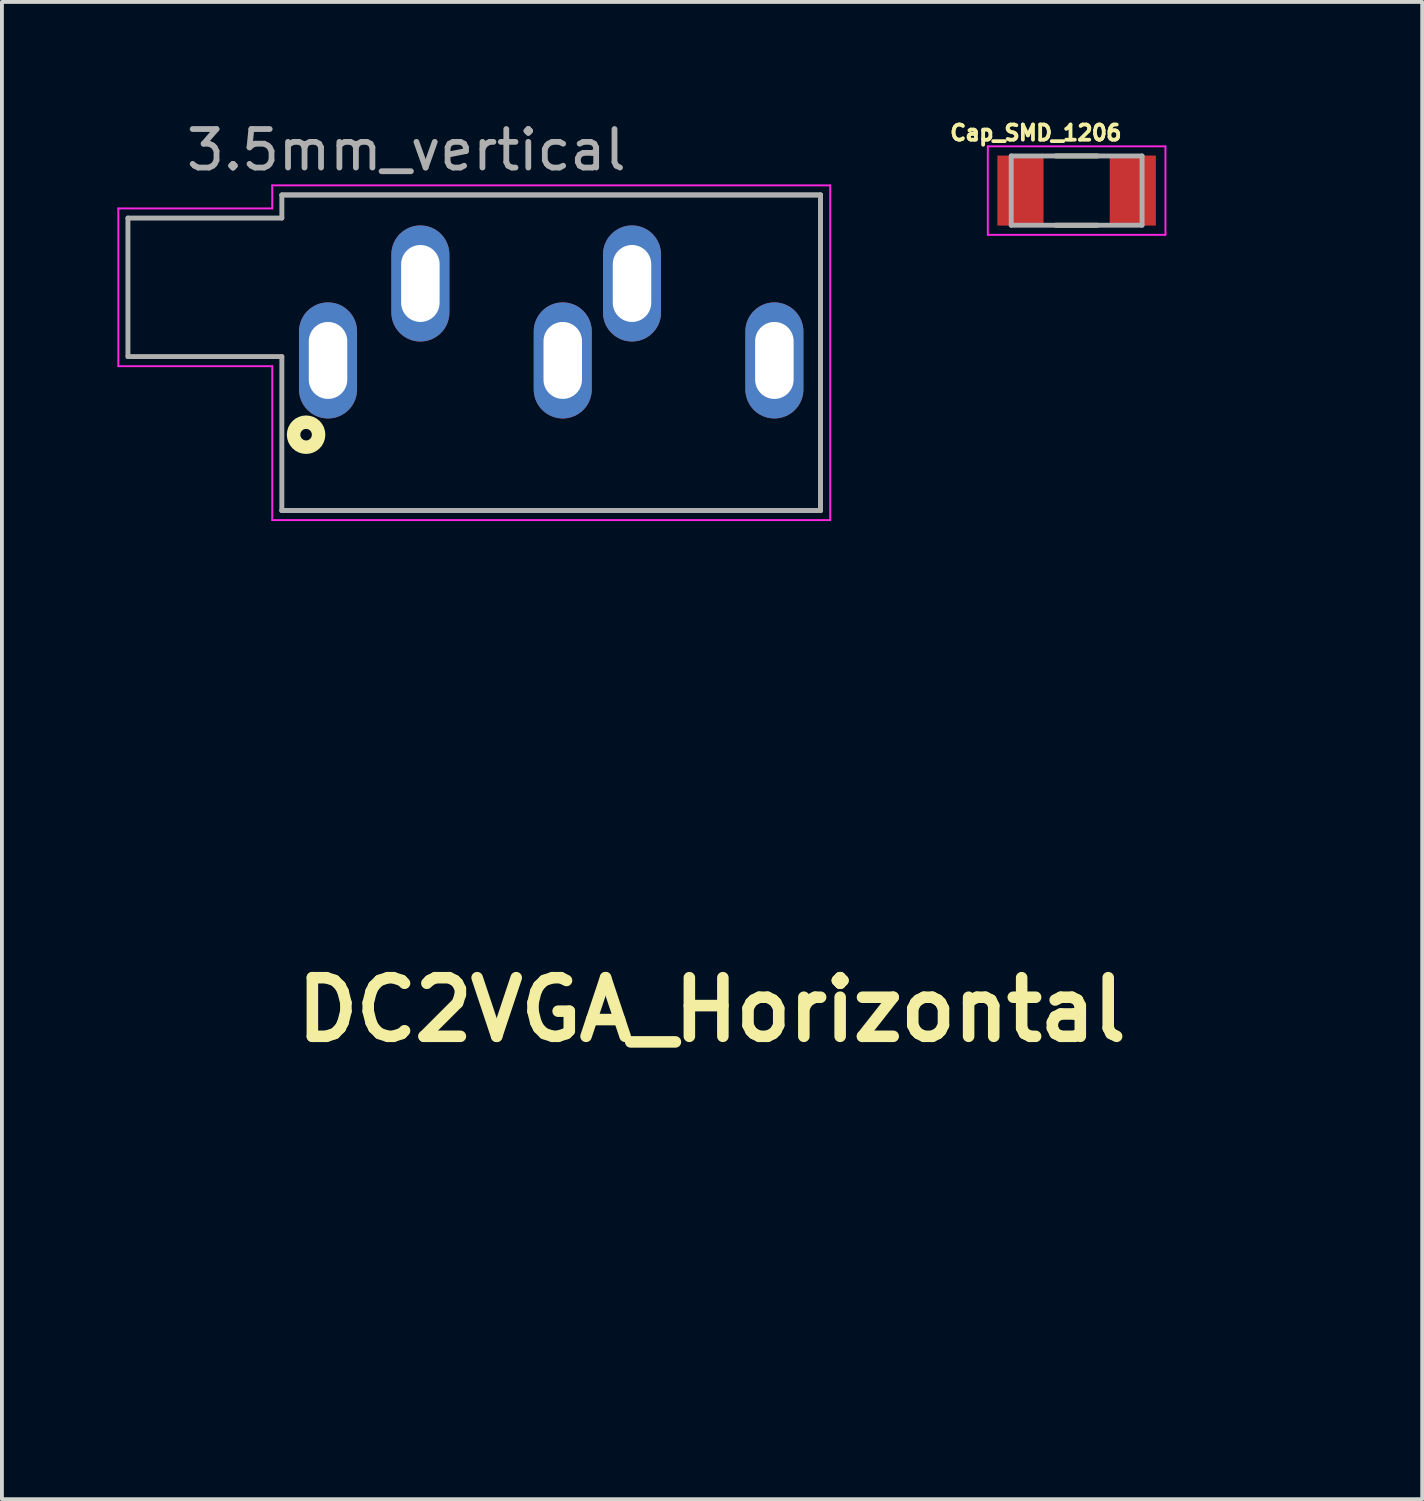
<source format=kicad_pcb>
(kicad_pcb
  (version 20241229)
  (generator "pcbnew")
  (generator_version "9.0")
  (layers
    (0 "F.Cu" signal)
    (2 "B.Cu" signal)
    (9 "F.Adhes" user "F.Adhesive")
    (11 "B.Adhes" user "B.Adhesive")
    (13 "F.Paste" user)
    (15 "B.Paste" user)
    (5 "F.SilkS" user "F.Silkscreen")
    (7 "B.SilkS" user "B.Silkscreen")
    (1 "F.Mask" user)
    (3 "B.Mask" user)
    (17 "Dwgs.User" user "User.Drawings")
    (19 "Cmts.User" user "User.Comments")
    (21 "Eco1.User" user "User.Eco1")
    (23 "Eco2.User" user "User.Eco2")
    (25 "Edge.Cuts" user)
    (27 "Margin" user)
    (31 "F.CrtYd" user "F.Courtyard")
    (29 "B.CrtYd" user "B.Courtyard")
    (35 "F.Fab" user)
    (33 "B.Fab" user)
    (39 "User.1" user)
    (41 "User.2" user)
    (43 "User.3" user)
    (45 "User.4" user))
  (footprint "3.5mm_vertical"
    (layer "F.Cu")
    (at 5.475 6.317)
    (property "Reference" "3.5mm_vertical" (at 2.035 -5.468 0) (layer "F.Fab") (effects (font (size 1.001 1.001) (thickness 0.15))))
    (attr through_hole)
    (fp_circle (center -0.57 1.93) (end -0.42 1.93) (stroke (width 0.35) (type solid)) (fill no) (layer "F.SilkS"))
    (fp_line (start -5.45 -3.95) (end -1.45 -3.95) (stroke (width 0.05) (type solid)) (layer "F.CrtYd"))
    (fp_line (start -5.45 0.15) (end -5.45 -3.95) (stroke (width 0.05) (type solid)) (layer "F.CrtYd"))
    (fp_line (start -1.45 -4.55) (end 13.05 -4.55) (stroke (width 0.05) (type solid)) (layer "F.CrtYd"))
    (fp_line (start -1.45 -3.95) (end -1.45 -4.55) (stroke (width 0.05) (type solid)) (layer "F.CrtYd"))
    (fp_line (start -1.45 0.15) (end -5.45 0.15) (stroke (width 0.05) (type solid)) (layer "F.CrtYd"))
    (fp_line (start -1.45 4.15) (end -1.45 0.15) (stroke (width 0.05) (type solid)) (layer "F.CrtYd"))
    (fp_line (start 13.05 -4.55) (end 13.05 4.15) (stroke (width 0.05) (type solid)) (layer "F.CrtYd"))
    (fp_line (start 13.05 4.15) (end -1.45 4.15) (stroke (width 0.05) (type solid)) (layer "F.CrtYd"))
    (fp_line (start -5.2 -3.7) (end -1.2 -3.7) (stroke (width 0.127) (type solid)) (layer "F.Fab"))
    (fp_line (start -5.2 -0.1) (end -5.2 -3.7) (stroke (width 0.127) (type solid)) (layer "F.Fab"))
    (fp_line (start -1.2 -4.3) (end 12.8 -4.3) (stroke (width 0.127) (type solid)) (layer "F.Fab"))
    (fp_line (start -1.2 -4.3) (end 12.8 -4.3) (stroke (width 0.127) (type solid)) (layer "F.Fab"))
    (fp_line (start -1.2 -3.7) (end -1.2 -4.3) (stroke (width 0.127) (type solid)) (layer "F.Fab"))
    (fp_line (start -1.2 -0.1) (end -5.2 -0.1) (stroke (width 0.127) (type solid)) (layer "F.Fab"))
    (fp_line (start -1.2 3.9) (end -1.2 -0.1) (stroke (width 0.127) (type solid)) (layer "F.Fab"))
    (fp_line (start 12.8 -4.3) (end 12.8 3.9) (stroke (width 0.127) (type solid)) (layer "F.Fab"))
    (fp_line (start 12.8 -4.3) (end 12.8 3.9) (stroke (width 0.127) (type solid)) (layer "F.Fab"))
    (fp_line (start 12.8 3.9) (end -1.2 3.9) (stroke (width 0.127) (type solid)) (layer "F.Fab"))
    (fp_line (start 12.8 3.9) (end -1.2 3.9) (stroke (width 0.127) (type solid)) (layer "F.Fab"))
    (pad "1" thru_hole oval (at 0 0) (size 1.508 3.016) (drill oval 1 2) (layers "*.Cu" "*.Mask"))
    (pad "2" thru_hole oval (at 2.4 -2) (size 1.508 3.016) (drill oval 1 2) (layers "*.Cu" "*.Mask"))
    (pad "3" thru_hole oval (at 7.9 -2) (size 1.508 3.016) (drill oval 1 2) (layers "*.Cu" "*.Mask"))
    (pad "4" thru_hole oval (at 11.6 0) (size 1.508 3.016) (drill oval 1 2) (layers "*.Cu" "*.Mask"))
    (pad "5" thru_hole oval (at 6.1 0) (size 1.508 3.016) (drill oval 1 2) (layers "*.Cu" "*.Mask")))
  (footprint "Cap_SMD_1206"
    (layer "F.Cu")
    (at 24.93 1.903)
    (property "Reference" "Cap_SMD_1206" (at -1.06 -1.5 0) (layer "F.SilkS") (effects (font (size 0.394 0.394) (thickness 0.15))))
    (attr through_hole)
    (fp_line (start -0.54 -0.9) (end 0.54 -0.9) (stroke (width 0.127) (type solid)) (layer "F.SilkS"))
    (fp_line (start -0.54 0.9) (end 0.54 0.9) (stroke (width 0.127) (type solid)) (layer "F.SilkS"))
    (fp_line (start -2.308 -1.15) (end 2.308 -1.15) (stroke (width 0.05) (type solid)) (layer "F.CrtYd"))
    (fp_line (start -2.308 1.15) (end -2.308 -1.15) (stroke (width 0.05) (type solid)) (layer "F.CrtYd"))
    (fp_line (start -2.308 1.15) (end 2.308 1.15) (stroke (width 0.05) (type solid)) (layer "F.CrtYd"))
    (fp_line (start 2.308 1.15) (end 2.308 -1.15) (stroke (width 0.05) (type solid)) (layer "F.CrtYd"))
    (fp_line (start -1.7 0.9) (end -1.7 -0.9) (stroke (width 0.127) (type solid)) (layer "F.Fab"))
    (fp_line (start 1.7 -0.9) (end -1.7 -0.9) (stroke (width 0.127) (type solid)) (layer "F.Fab"))
    (fp_line (start 1.7 0.9) (end -1.7 0.9) (stroke (width 0.127) (type solid)) (layer "F.Fab"))
    (fp_line (start 1.7 0.9) (end 1.7 -0.9) (stroke (width 0.127) (type solid)) (layer "F.Fab"))
    (pad "1" smd rect (at -1.46 0) (size 1.2 1.82) (layers "F.Cu" "F.Mask" "F.Paste"))
    (pad "2" smd rect (at 1.46 0) (size 1.2 1.82) (layers "F.Cu" "F.Mask" "F.Paste")))
  (footprint "DC2VGA_Horizontal"
    (layer "F.Cu")
    (at 15.446 23.193)
    (property "Reference" "DC2VGA_Horizontal" (at 0 0 0) (layer "F.SilkS") (effects (font (size 1.524 1.524) (thickness 0.3))))
    (attr board_only exclude_from_pos_files exclude_from_bom)
    (fp_poly (pts (xy -13.295 -8.963) (xy -12.812 -8.963) (xy -12.812 -9.651) (xy -10.766 -9.651) (xy -10.766 -8.963) (xy -10.283 -8.963) (xy -10.283 -9.651) (xy -8.219 -9.651) (xy -8.219 -8.963) (xy -7.735 -8.963) (xy -7.735 -9.651) (xy -5.671 -9.651) (xy -5.671 -8.963) (xy -5.188 -8.963) (xy -5.188 -9.651) (xy -3.142 -9.651) (xy -3.142 -8.963) (xy -2.659 -8.963) (xy -2.659 -9.651) (xy -0.595 -9.651) (xy -0.595 -8.963) (xy -0.112 -8.963) (xy -0.112 -9.651) (xy 1.952 -9.651) (xy 1.952 -8.963) (xy 2.436 -8.963) (xy 2.436 -9.651) (xy 4.481 -9.651) (xy 4.481 -8.963) (xy 4.965 -8.963) (xy 4.965 -9.651) (xy 7.029 -9.651) (xy 7.029 -8.963) (xy 7.512 -8.963) (xy 7.512 -9.651) (xy 9.576 -9.651) (xy 9.576 -8.963) (xy 10.06 -8.963) (xy 10.06 -9.651) (xy 12.105 -9.651) (xy 12.105 -8.963) (xy 12.588 -8.963) (xy 12.588 -9.651) (xy 15.415 -9.651) (xy 15.415 9.669) (xy -15.396 9.669) (xy -15.396 6.567) (xy -4.868 6.567) (xy -4.854 6.699) (xy -4.844 6.739) (xy -4.788 6.859) (xy -4.704 6.962) (xy -4.6 7.042) (xy -4.5 7.086) (xy -4.428 7.098) (xy -4.336 7.101) (xy -4.241 7.094) (xy -4.159 7.079) (xy -4.143 7.074) (xy -4.028 7.017) (xy -3.936 6.935) (xy -3.866 6.833) (xy -3.822 6.717) (xy -3.804 6.595) (xy -2.576 6.595) (xy -2.554 6.73) (xy -2.523 6.81) (xy -2.453 6.918) (xy -2.361 7.007) (xy -2.257 7.068) (xy -2.243 7.074) (xy -2.16 7.093) (xy -2.058 7.099) (xy -1.952 7.092) (xy -1.855 7.074) (xy -1.792 7.051) (xy -1.699 6.986) (xy -1.616 6.894) (xy -1.554 6.79) (xy -1.534 6.739) (xy -1.511 6.606) (xy -1.512 6.589) (xy -0.276 6.589) (xy -0.276 6.605) (xy -0.253 6.746) (xy -0.201 6.868) (xy -0.123 6.969) (xy -0.021 7.044) (xy 0.044 7.073) (xy 0.149 7.097) (xy 0.267 7.102) (xy 0.381 7.089) (xy 0.475 7.059) (xy 0.595 6.985) (xy 0.686 6.888) (xy 0.746 6.77) (xy 0.776 6.631) (xy 0.777 6.617) (xy 0.775 6.526) (xy 2.013 6.526) (xy 2.018 6.675) (xy 2.054 6.805) (xy 2.122 6.915) (xy 2.22 7.004) (xy 2.284 7.042) (xy 2.357 7.077) (xy 2.417 7.095) (xy 2.485 7.102) (xy 2.535 7.103) (xy 2.645 7.095) (xy 2.733 7.072) (xy 2.751 7.065) (xy 2.854 7.009) (xy 2.931 6.943) (xy 2.991 6.859) (xy 3.011 6.821) (xy 3.056 6.694) (xy 3.07 6.562) (xy 3.067 6.543) (xy 4.297 6.543) (xy 4.304 6.663) (xy 4.336 6.778) (xy 4.393 6.883) (xy 4.472 6.973) (xy 4.571 7.042) (xy 4.688 7.087) (xy 4.817 7.103) (xy 4.898 7.098) (xy 4.978 7.086) (xy 5.024 7.074) (xy 5.139 7.016) (xy 5.234 6.93) (xy 5.305 6.823) (xy 5.348 6.699) (xy 5.36 6.586) (xy 5.343 6.438) (xy 5.296 6.311) (xy 5.222 6.205) (xy 5.122 6.124) (xy 5 6.07) (xy 4.871 6.047) (xy 4.736 6.05) (xy 4.62 6.081) (xy 4.516 6.143) (xy 4.453 6.199) (xy 4.37 6.306) (xy 4.318 6.423) (xy 4.297 6.543) (xy 3.067 6.543) (xy 3.053 6.433) (xy 3.008 6.314) (xy 2.935 6.21) (xy 2.858 6.143) (xy 2.753 6.083) (xy 2.646 6.052) (xy 2.534 6.043) (xy 2.404 6.06) (xy 2.282 6.107) (xy 2.178 6.181) (xy 2.163 6.196) (xy 2.089 6.285) (xy 2.042 6.373) (xy 2.018 6.474) (xy 2.013 6.526) (xy 0.775 6.526) (xy 0.774 6.482) (xy 0.742 6.366) (xy 0.678 6.26) (xy 0.624 6.2) (xy 0.523 6.117) (xy 0.415 6.066) (xy 0.293 6.046) (xy 0.205 6.047) (xy 0.065 6.074) (xy -0.055 6.13) (xy -0.152 6.213) (xy -0.222 6.319) (xy -0.265 6.445) (xy -0.276 6.589) (xy -1.512 6.589) (xy -1.52 6.475) (xy -1.559 6.351) (xy -1.625 6.241) (xy -1.716 6.15) (xy -1.828 6.083) (xy -1.865 6.069) (xy -1.984 6.046) (xy -2.111 6.05) (xy -2.234 6.079) (xy -2.345 6.131) (xy -2.435 6.202) (xy -2.446 6.214) (xy -2.521 6.331) (xy -2.565 6.46) (xy -2.576 6.595) (xy -3.804 6.595) (xy -3.804 6.593) (xy -3.813 6.467) (xy -3.851 6.344) (xy -3.919 6.23) (xy -3.932 6.214) (xy -4.017 6.14) (xy -4.126 6.086) (xy -4.248 6.053) (xy -4.375 6.045) (xy -4.496 6.064) (xy -4.513 6.069) (xy -4.631 6.127) (xy -4.728 6.211) (xy -4.802 6.317) (xy -4.85 6.437) (xy -4.868 6.567) (xy -15.396 6.567) (xy -15.396 4.609) (xy -13.632 4.609) (xy -13.613 4.816) (xy -13.561 5.008) (xy -13.477 5.185) (xy -13.362 5.342) (xy -13.219 5.477) (xy -13.049 5.588) (xy -12.989 5.618) (xy -12.796 5.688) (xy -12.594 5.723) (xy -12.387 5.722) (xy -12.28 5.707) (xy -12.153 5.672) (xy -12.015 5.614) (xy -11.881 5.539) (xy -11.762 5.454) (xy -11.708 5.406) (xy -11.578 5.252) (xy -11.479 5.082) (xy -11.412 4.9) (xy -11.377 4.71) (xy -11.376 4.593) (xy -3.719 4.593) (xy -3.702 4.734) (xy -3.652 4.86) (xy -3.574 4.968) (xy -3.469 5.052) (xy -3.342 5.109) (xy -3.319 5.116) (xy -3.232 5.126) (xy -3.129 5.12) (xy -3.026 5.1) (xy -2.941 5.069) (xy -2.833 4.994) (xy -2.75 4.898) (xy -2.693 4.784) (xy -2.662 4.661) (xy -2.661 4.593) (xy -1.422 4.593) (xy -1.421 4.676) (xy -1.415 4.735) (xy -1.401 4.783) (xy -1.376 4.835) (xy -1.367 4.85) (xy -1.284 4.965) (xy -1.18 5.05) (xy -1.059 5.105) (xy -0.926 5.129) (xy -0.786 5.118) (xy -0.73 5.104) (xy -0.613 5.051) (xy -0.514 4.969) (xy -0.438 4.863) (xy -0.388 4.74) (xy -0.369 4.605) (xy -0.369 4.593) (xy 0.865 4.593) (xy 0.868 4.678) (xy 0.879 4.743) (xy 0.901 4.805) (xy 0.917 4.838) (xy 0.99 4.948) (xy 1.087 5.034) (xy 1.202 5.093) (xy 1.329 5.124) (xy 1.461 5.124) (xy 1.593 5.092) (xy 1.621 5.081) (xy 1.728 5.014) (xy 1.821 4.918) (xy 1.88 4.823) (xy 1.913 4.718) (xy 1.925 4.599) (xy 1.923 4.576) (xy 3.154 4.576) (xy 3.163 4.705) (xy 3.2 4.827) (xy 3.266 4.934) (xy 3.269 4.937) (xy 3.37 5.03) (xy 3.489 5.092) (xy 3.619 5.123) (xy 3.754 5.122) (xy 3.888 5.087) (xy 3.938 5.064) (xy 4.047 4.99) (xy 4.129 4.896) (xy 4.184 4.787) (xy 4.212 4.669) (xy 4.213 4.642) (xy 5.449 4.642) (xy 5.463 4.748) (xy 5.476 4.791) (xy 5.538 4.903) (xy 5.629 5) (xy 5.74 5.074) (xy 5.848 5.116) (xy 5.932 5.126) (xy 6.034 5.12) (xy 6.136 5.1) (xy 6.204 5.077) (xy 6.319 5.009) (xy 6.408 4.915) (xy 6.47 4.798) (xy 6.502 4.66) (xy 6.505 4.618) (xy 6.505 4.602) (xy 11.372 4.602) (xy 11.374 4.704) (xy 11.38 4.781) (xy 11.392 4.848) (xy 11.412 4.918) (xy 11.423 4.952) (xy 11.457 5.039) (xy 11.499 5.128) (xy 11.539 5.201) (xy 11.54 5.203) (xy 11.662 5.362) (xy 11.807 5.495) (xy 11.971 5.599) (xy 12.15 5.673) (xy 12.341 5.716) (xy 12.537 5.726) (xy 12.737 5.701) (xy 12.779 5.691) (xy 12.974 5.623) (xy 13.148 5.526) (xy 13.298 5.403) (xy 13.424 5.256) (xy 13.521 5.088) (xy 13.589 4.903) (xy 13.625 4.704) (xy 13.63 4.593) (xy 13.613 4.387) (xy 13.564 4.198) (xy 13.481 4.024) (xy 13.363 3.862) (xy 13.297 3.792) (xy 13.143 3.662) (xy 12.977 3.565) (xy 12.802 3.5) (xy 12.622 3.466) (xy 12.441 3.461) (xy 12.262 3.486) (xy 12.089 3.538) (xy 11.926 3.617) (xy 11.776 3.722) (xy 11.643 3.852) (xy 11.53 4.006) (xy 11.441 4.183) (xy 11.405 4.286) (xy 11.386 4.375) (xy 11.375 4.484) (xy 11.372 4.602) (xy 6.505 4.602) (xy 6.507 4.538) (xy 6.499 4.476) (xy 6.479 4.414) (xy 6.461 4.371) (xy 6.389 4.249) (xy 6.295 4.158) (xy 6.182 4.097) (xy 6.048 4.068) (xy 5.987 4.065) (xy 5.841 4.079) (xy 5.717 4.123) (xy 5.612 4.198) (xy 5.524 4.305) (xy 5.508 4.33) (xy 5.472 4.419) (xy 5.452 4.528) (xy 5.449 4.642) (xy 4.213 4.642) (xy 4.214 4.548) (xy 4.191 4.429) (xy 4.141 4.316) (xy 4.066 4.217) (xy 3.966 4.135) (xy 3.893 4.096) (xy 3.816 4.076) (xy 3.714 4.066) (xy 3.682 4.065) (xy 3.543 4.08) (xy 3.423 4.126) (xy 3.317 4.204) (xy 3.297 4.224) (xy 3.221 4.328) (xy 3.174 4.448) (xy 3.154 4.576) (xy 1.923 4.576) (xy 1.915 4.479) (xy 1.883 4.373) (xy 1.88 4.367) (xy 1.805 4.252) (xy 1.704 4.157) (xy 1.62 4.107) (xy 1.516 4.074) (xy 1.397 4.062) (xy 1.277 4.073) (xy 1.171 4.105) (xy 1.165 4.108) (xy 1.044 4.184) (xy 0.954 4.281) (xy 0.895 4.398) (xy 0.867 4.536) (xy 0.865 4.593) (xy -0.369 4.593) (xy -0.369 4.592) (xy -0.385 4.45) (xy -0.433 4.326) (xy -0.509 4.222) (xy -0.609 4.141) (xy -0.731 4.088) (xy -0.871 4.065) (xy -0.903 4.064) (xy -1.045 4.08) (xy -1.168 4.127) (xy -1.272 4.207) (xy -1.359 4.319) (xy -1.381 4.358) (xy -1.403 4.408) (xy -1.416 4.463) (xy -1.421 4.536) (xy -1.422 4.593) (xy -2.661 4.593) (xy -2.66 4.534) (xy -2.687 4.408) (xy -2.744 4.292) (xy -2.781 4.243) (xy -2.881 4.155) (xy -3.001 4.095) (xy -3.136 4.066) (xy -3.189 4.064) (xy -3.33 4.081) (xy -3.455 4.129) (xy -3.56 4.204) (xy -3.641 4.305) (xy -3.695 4.425) (xy -3.718 4.564) (xy -3.719 4.593) (xy -11.376 4.593) (xy -11.374 4.516) (xy -11.405 4.323) (xy -11.468 4.135) (xy -11.565 3.956) (xy -11.569 3.95) (xy -11.692 3.798) (xy -11.837 3.673) (xy -12.001 3.576) (xy -12.179 3.508) (xy -12.365 3.47) (xy -12.557 3.463) (xy -12.75 3.488) (xy -12.939 3.547) (xy -13.01 3.579) (xy -13.185 3.685) (xy -13.333 3.815) (xy -13.455 3.973) (xy -13.533 4.114) (xy -13.589 4.258) (xy -13.621 4.409) (xy -13.632 4.579) (xy -13.632 4.609) (xy -15.396 4.609) (xy -15.396 2.613) (xy -4.861 2.613) (xy -4.858 2.697) (xy -4.85 2.759) (xy -4.832 2.814) (xy -4.811 2.857) (xy -4.744 2.955) (xy -4.657 3.04) (xy -4.56 3.1) (xy -4.53 3.112) (xy -4.434 3.134) (xy -4.322 3.14) (xy -4.211 3.13) (xy -4.143 3.114) (xy -4.033 3.057) (xy -3.936 2.971) (xy -3.862 2.862) (xy -3.855 2.85) (xy -3.813 2.723) (xy -3.809 2.67) (xy -2.572 2.67) (xy -2.545 2.796) (xy -2.489 2.912) (xy -2.405 3.011) (xy -2.395 3.02) (xy -2.334 3.065) (xy -2.269 3.102) (xy -2.243 3.112) (xy -2.147 3.134) (xy -2.034 3.14) (xy -1.924 3.13) (xy -1.856 3.114) (xy -1.75 3.06) (xy -1.654 2.978) (xy -1.578 2.877) (xy -1.567 2.857) (xy -1.54 2.799) (xy -1.525 2.743) (xy -1.518 2.676) (xy -1.517 2.613) (xy -0.276 2.613) (xy -0.262 2.757) (xy -0.219 2.879) (xy -0.146 2.98) (xy -0.042 3.061) (xy 0.002 3.086) (xy 0.066 3.116) (xy 0.116 3.133) (xy 0.167 3.14) (xy 0.235 3.14) (xy 0.27 3.138) (xy 0.383 3.126) (xy 0.469 3.103) (xy 0.494 3.091) (xy 0.602 3.016) (xy 0.686 2.919) (xy 0.744 2.807) (xy 0.775 2.685) (xy 0.778 2.566) (xy 2.013 2.566) (xy 2.014 2.695) (xy 2.04 2.806) (xy 2.095 2.912) (xy 2.1 2.92) (xy 2.189 3.021) (xy 2.298 3.091) (xy 2.429 3.131) (xy 2.547 3.141) (xy 2.667 3.131) (xy 2.751 3.104) (xy 2.854 3.048) (xy 2.931 2.983) (xy 2.991 2.898) (xy 3.011 2.861) (xy 3.043 2.788) (xy 3.061 2.725) (xy 3.068 2.653) (xy 3.068 2.613) (xy 4.295 2.613) (xy 4.313 2.745) (xy 4.361 2.868) (xy 4.437 2.976) (xy 4.536 3.062) (xy 4.652 3.12) (xy 4.667 3.125) (xy 4.739 3.137) (xy 4.831 3.14) (xy 4.926 3.134) (xy 5.008 3.119) (xy 5.024 3.114) (xy 5.139 3.057) (xy 5.231 2.974) (xy 5.3 2.872) (xy 5.344 2.756) (xy 5.363 2.632) (xy 5.353 2.506) (xy 5.315 2.383) (xy 5.247 2.269) (xy 5.233 2.252) (xy 5.156 2.184) (xy 5.055 2.13) (xy 4.943 2.094) (xy 4.843 2.083) (xy 4.707 2.095) (xy 4.592 2.135) (xy 4.488 2.206) (xy 4.45 2.241) (xy 4.364 2.351) (xy 4.313 2.474) (xy 4.295 2.611) (xy 4.295 2.613) (xy 3.068 2.613) (xy 3.068 2.611) (xy 3.065 2.53) (xy 3.054 2.468) (xy 3.03 2.405) (xy 3.007 2.358) (xy 2.93 2.244) (xy 2.831 2.161) (xy 2.711 2.107) (xy 2.573 2.086) (xy 2.492 2.087) (xy 2.353 2.114) (xy 2.233 2.171) (xy 2.136 2.255) (xy 2.065 2.363) (xy 2.022 2.493) (xy 2.013 2.566) (xy 0.778 2.566) (xy 0.778 2.56) (xy 0.753 2.437) (xy 0.698 2.323) (xy 0.628 2.237) (xy 0.546 2.168) (xy 0.467 2.123) (xy 0.377 2.098) (xy 0.274 2.086) (xy 0.197 2.083) (xy 0.141 2.087) (xy 0.091 2.1) (xy 0.031 2.127) (xy 0.007 2.138) (xy -0.109 2.212) (xy -0.194 2.304) (xy -0.248 2.416) (xy -0.274 2.551) (xy -0.276 2.613) (xy -1.517 2.613) (xy -1.519 2.528) (xy -1.528 2.466) (xy -1.546 2.411) (xy -1.567 2.368) (xy -1.643 2.258) (xy -1.742 2.174) (xy -1.856 2.115) (xy -1.98 2.085) (xy -2.108 2.083) (xy -2.234 2.111) (xy -2.351 2.171) (xy -2.395 2.205) (xy -2.482 2.302) (xy -2.54 2.417) (xy -2.57 2.542) (xy -2.572 2.67) (xy -3.809 2.67) (xy -3.802 2.591) (xy -3.823 2.46) (xy -3.873 2.339) (xy -3.952 2.234) (xy -3.983 2.205) (xy -4.094 2.132) (xy -4.217 2.091) (xy -4.345 2.081) (xy -4.471 2.099) (xy -4.591 2.146) (xy -4.696 2.22) (xy -4.783 2.32) (xy -4.811 2.368) (xy -4.838 2.426) (xy -4.853 2.482) (xy -4.86 2.549) (xy -4.861 2.613) (xy -15.396 2.613) (xy -15.396 -2.901) (xy -14.392 -2.901) (xy -14.02 -2.901) (xy -8.293 -2.901) (xy -7.921 -2.901) (xy -2.789 -2.901) (xy -2.417 -2.901) (xy -2.417 -4.388) (xy -2.789 -4.388) (xy -2.789 -2.901) (xy -7.921 -2.901) (xy -7.921 -4.388) (xy -8.293 -4.388) (xy -8.293 -2.901) (xy -14.02 -2.901) (xy -14.02 -4.388) (xy -14.392 -4.388) (xy -14.392 -2.901) (xy -15.396 -2.901) (xy -15.396 -4.909) (xy -11.993 -4.909) (xy -11.622 -4.909) (xy -6.489 -4.909) (xy -6.118 -4.909) (xy -6.118 -5.099) (xy -1.264 -5.099) (xy -1.251 -4.914) (xy -1.212 -4.739) (xy -1.142 -4.562) (xy -1.121 -4.519) (xy -1.011 -4.339) (xy -0.872 -4.183) (xy -0.71 -4.052) (xy -0.525 -3.949) (xy -0.322 -3.877) (xy -0.202 -3.85) (xy -0.104 -3.841) (xy 0.017 -3.841) (xy 0.146 -3.85) (xy 0.268 -3.868) (xy 0.31 -3.877) (xy 0.496 -3.938) (xy 0.673 -4.032) (xy 0.835 -4.153) (xy 0.977 -4.297) (xy 1.091 -4.46) (xy 1.113 -4.499) (xy 1.178 -4.637) (xy 1.221 -4.773) (xy 1.246 -4.917) (xy 1.254 -5.082) (xy 1.254 -5.113) (xy 1.253 -5.218) (xy 1.248 -5.297) (xy 1.24 -5.362) (xy 1.225 -5.422) (xy 1.203 -5.49) (xy 1.203 -5.49) (xy 1.143 -5.641) (xy 1.074 -5.769) (xy 0.987 -5.887) (xy 0.884 -5.997) (xy 0.754 -6.114) (xy 0.622 -6.205) (xy 0.473 -6.277) (xy 0.396 -6.306) (xy 0.295 -6.332) (xy 0.17 -6.349) (xy 0.033 -6.357) (xy -0.104 -6.355) (xy -0.229 -6.343) (xy -0.283 -6.333) (xy -0.487 -6.27) (xy -0.673 -6.176) (xy -0.837 -6.054) (xy -0.979 -5.908) (xy -1.095 -5.741) (xy -1.182 -5.556) (xy -1.239 -5.355) (xy -1.263 -5.142) (xy -1.264 -5.099) (xy -6.118 -5.099) (xy -6.118 -6.396) (xy -6.489 -6.396) (xy -6.489 -4.909) (xy -11.622 -4.909) (xy -11.622 -6.396) (xy -11.993 -6.396) (xy -11.993 -4.909) (xy -15.396 -4.909) (xy -15.396 -9.651) (xy -13.295 -9.651)) (stroke (width 0.1) (type solid)) (fill no) (layer "Eco1.User")))
  (gr_rect
    (start -3 -3)
    (end 33.911 35.912)
    (stroke (width 0.1) (type default))
    (fill no)
    (layer "Edge.Cuts")))
</source>
